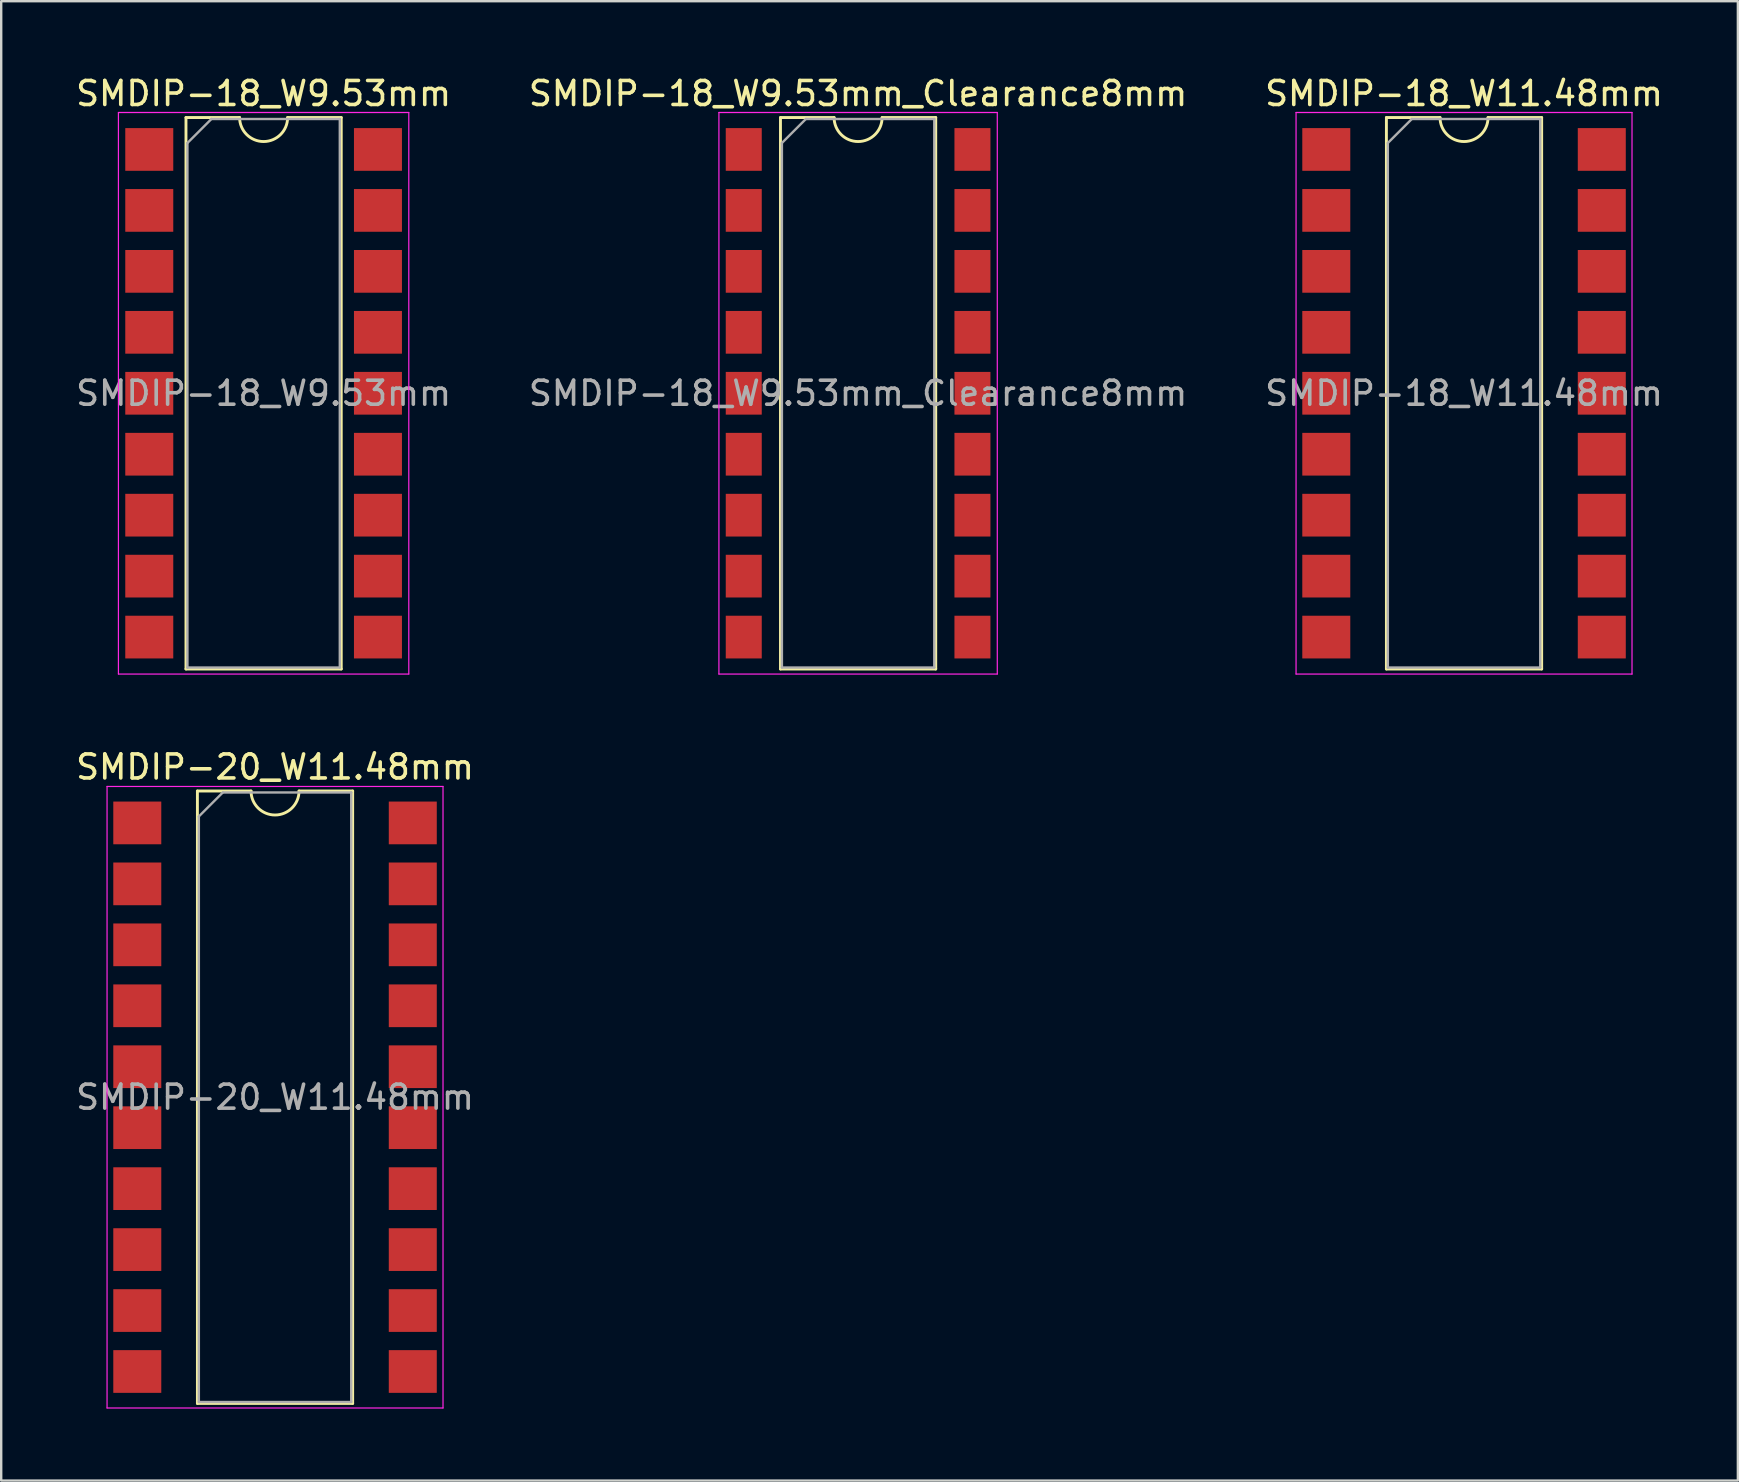
<source format=kicad_pcb>
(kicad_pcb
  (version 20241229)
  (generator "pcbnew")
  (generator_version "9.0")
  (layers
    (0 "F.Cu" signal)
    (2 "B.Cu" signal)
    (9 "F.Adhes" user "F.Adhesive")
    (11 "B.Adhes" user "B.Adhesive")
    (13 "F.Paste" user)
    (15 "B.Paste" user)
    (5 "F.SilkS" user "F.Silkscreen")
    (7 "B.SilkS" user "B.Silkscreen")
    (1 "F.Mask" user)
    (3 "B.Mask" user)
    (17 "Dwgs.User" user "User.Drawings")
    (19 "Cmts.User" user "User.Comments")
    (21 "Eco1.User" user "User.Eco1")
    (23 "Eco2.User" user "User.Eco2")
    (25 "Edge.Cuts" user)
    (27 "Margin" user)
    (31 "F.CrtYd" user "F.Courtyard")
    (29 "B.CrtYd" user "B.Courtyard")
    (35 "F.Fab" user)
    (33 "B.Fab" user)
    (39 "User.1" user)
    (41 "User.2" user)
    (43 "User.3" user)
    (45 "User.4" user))
  (footprint "SMDIP-18_W11.48mm"
    (layer "F.Cu")
    (at 57.958 13.338)
    (property "Reference" "SMDIP-18_W11.48mm" (at 0 -12.49 0) (layer "F.SilkS") (effects (font (size 1 1) (thickness 0.15))))
    (attr smd)
    (fp_line (start -3.235 -11.49) (end -3.235 11.49) (stroke (width 0.12) (type solid)) (layer "F.SilkS"))
    (fp_line (start -3.235 11.49) (end 3.235 11.49) (stroke (width 0.12) (type solid)) (layer "F.SilkS"))
    (fp_line (start -1 -11.49) (end -3.235 -11.49) (stroke (width 0.12) (type solid)) (layer "F.SilkS"))
    (fp_line (start 3.235 -11.49) (end 1 -11.49) (stroke (width 0.12) (type solid)) (layer "F.SilkS"))
    (fp_line (start 3.235 11.49) (end 3.235 -11.49) (stroke (width 0.12) (type solid)) (layer "F.SilkS"))
    (fp_arc (start 1 -11.49) (mid 0 -10.49) (end -1 -11.49) (stroke (width 0.12) (type solid)) (layer "F.SilkS"))
    (fp_line (start -7 -11.7) (end -7 11.7) (stroke (width 0.05) (type solid)) (layer "F.CrtYd"))
    (fp_line (start -7 11.7) (end 7 11.7) (stroke (width 0.05) (type solid)) (layer "F.CrtYd"))
    (fp_line (start 7 -11.7) (end -7 -11.7) (stroke (width 0.05) (type solid)) (layer "F.CrtYd"))
    (fp_line (start 7 11.7) (end 7 -11.7) (stroke (width 0.05) (type solid)) (layer "F.CrtYd"))
    (fp_line (start -3.175 -10.43) (end -2.175 -11.43) (stroke (width 0.1) (type solid)) (layer "F.Fab"))
    (fp_line (start -3.175 11.43) (end -3.175 -10.43) (stroke (width 0.1) (type solid)) (layer "F.Fab"))
    (fp_line (start -2.175 -11.43) (end 3.175 -11.43) (stroke (width 0.1) (type solid)) (layer "F.Fab"))
    (fp_line (start 3.175 -11.43) (end 3.175 11.43) (stroke (width 0.1) (type solid)) (layer "F.Fab"))
    (fp_line (start 3.175 11.43) (end -3.175 11.43) (stroke (width 0.1) (type solid)) (layer "F.Fab"))
    (fp_text user "${REFERENCE}" (at 0 0 0) (layer "F.Fab") (effects (font (size 1 1) (thickness 0.15))))
    (pad "1" smd rect (at -5.74 -10.16) (size 2 1.78) (layers "F.Cu" "F.Mask" "F.Paste"))
    (pad "2" smd rect (at -5.74 -7.62) (size 2 1.78) (layers "F.Cu" "F.Mask" "F.Paste"))
    (pad "3" smd rect (at -5.74 -5.08) (size 2 1.78) (layers "F.Cu" "F.Mask" "F.Paste"))
    (pad "4" smd rect (at -5.74 -2.54) (size 2 1.78) (layers "F.Cu" "F.Mask" "F.Paste"))
    (pad "5" smd rect (at -5.74 0) (size 2 1.78) (layers "F.Cu" "F.Mask" "F.Paste"))
    (pad "6" smd rect (at -5.74 2.54) (size 2 1.78) (layers "F.Cu" "F.Mask" "F.Paste"))
    (pad "7" smd rect (at -5.74 5.08) (size 2 1.78) (layers "F.Cu" "F.Mask" "F.Paste"))
    (pad "8" smd rect (at -5.74 7.62) (size 2 1.78) (layers "F.Cu" "F.Mask" "F.Paste"))
    (pad "9" smd rect (at -5.74 10.16) (size 2 1.78) (layers "F.Cu" "F.Mask" "F.Paste"))
    (pad "10" smd rect (at 5.74 10.16) (size 2 1.78) (layers "F.Cu" "F.Mask" "F.Paste"))
    (pad "11" smd rect (at 5.74 7.62) (size 2 1.78) (layers "F.Cu" "F.Mask" "F.Paste"))
    (pad "12" smd rect (at 5.74 5.08) (size 2 1.78) (layers "F.Cu" "F.Mask" "F.Paste"))
    (pad "13" smd rect (at 5.74 2.54) (size 2 1.78) (layers "F.Cu" "F.Mask" "F.Paste"))
    (pad "14" smd rect (at 5.74 0) (size 2 1.78) (layers "F.Cu" "F.Mask" "F.Paste"))
    (pad "15" smd rect (at 5.74 -2.54) (size 2 1.78) (layers "F.Cu" "F.Mask" "F.Paste"))
    (pad "16" smd rect (at 5.74 -5.08) (size 2 1.78) (layers "F.Cu" "F.Mask" "F.Paste"))
    (pad "17" smd rect (at 5.74 -7.62) (size 2 1.78) (layers "F.Cu" "F.Mask" "F.Paste"))
    (pad "18" smd rect (at 5.74 -10.16) (size 2 1.78) (layers "F.Cu" "F.Mask" "F.Paste")))
  (footprint "SMDIP-18_W9.53mm_Clearance8mm"
    (layer "F.Cu")
    (at 32.708 13.338)
    (property "Reference" "SMDIP-18_W9.53mm_Clearance8mm" (at 0 -12.49 0) (layer "F.SilkS") (effects (font (size 1 1) (thickness 0.15))))
    (attr smd)
    (fp_line (start -3.235 -11.49) (end -3.235 11.49) (stroke (width 0.12) (type solid)) (layer "F.SilkS"))
    (fp_line (start -3.235 11.49) (end 3.235 11.49) (stroke (width 0.12) (type solid)) (layer "F.SilkS"))
    (fp_line (start -1 -11.49) (end -3.235 -11.49) (stroke (width 0.12) (type solid)) (layer "F.SilkS"))
    (fp_line (start 3.235 -11.49) (end 1 -11.49) (stroke (width 0.12) (type solid)) (layer "F.SilkS"))
    (fp_line (start 3.235 11.49) (end 3.235 -11.49) (stroke (width 0.12) (type solid)) (layer "F.SilkS"))
    (fp_arc (start 1 -11.49) (mid 0 -10.49) (end -1 -11.49) (stroke (width 0.12) (type solid)) (layer "F.SilkS"))
    (fp_line (start -5.8 -11.7) (end -5.8 11.7) (stroke (width 0.05) (type solid)) (layer "F.CrtYd"))
    (fp_line (start -5.8 11.7) (end 5.8 11.7) (stroke (width 0.05) (type solid)) (layer "F.CrtYd"))
    (fp_line (start 5.8 -11.7) (end -5.8 -11.7) (stroke (width 0.05) (type solid)) (layer "F.CrtYd"))
    (fp_line (start 5.8 11.7) (end 5.8 -11.7) (stroke (width 0.05) (type solid)) (layer "F.CrtYd"))
    (fp_line (start -3.175 -10.43) (end -2.175 -11.43) (stroke (width 0.1) (type solid)) (layer "F.Fab"))
    (fp_line (start -3.175 11.43) (end -3.175 -10.43) (stroke (width 0.1) (type solid)) (layer "F.Fab"))
    (fp_line (start -2.175 -11.43) (end 3.175 -11.43) (stroke (width 0.1) (type solid)) (layer "F.Fab"))
    (fp_line (start 3.175 -11.43) (end 3.175 11.43) (stroke (width 0.1) (type solid)) (layer "F.Fab"))
    (fp_line (start 3.175 11.43) (end -3.175 11.43) (stroke (width 0.1) (type solid)) (layer "F.Fab"))
    (fp_text user "${REFERENCE}" (at 0 0 0) (layer "F.Fab") (effects (font (size 1 1) (thickness 0.15))))
    (pad "1" smd rect (at -4.765 -10.16) (size 1.5 1.78) (layers "F.Cu" "F.Mask" "F.Paste"))
    (pad "2" smd rect (at -4.765 -7.62) (size 1.5 1.78) (layers "F.Cu" "F.Mask" "F.Paste"))
    (pad "3" smd rect (at -4.765 -5.08) (size 1.5 1.78) (layers "F.Cu" "F.Mask" "F.Paste"))
    (pad "4" smd rect (at -4.765 -2.54) (size 1.5 1.78) (layers "F.Cu" "F.Mask" "F.Paste"))
    (pad "5" smd rect (at -4.765 0) (size 1.5 1.78) (layers "F.Cu" "F.Mask" "F.Paste"))
    (pad "6" smd rect (at -4.765 2.54) (size 1.5 1.78) (layers "F.Cu" "F.Mask" "F.Paste"))
    (pad "7" smd rect (at -4.765 5.08) (size 1.5 1.78) (layers "F.Cu" "F.Mask" "F.Paste"))
    (pad "8" smd rect (at -4.765 7.62) (size 1.5 1.78) (layers "F.Cu" "F.Mask" "F.Paste"))
    (pad "9" smd rect (at -4.765 10.16) (size 1.5 1.78) (layers "F.Cu" "F.Mask" "F.Paste"))
    (pad "10" smd rect (at 4.765 10.16) (size 1.5 1.78) (layers "F.Cu" "F.Mask" "F.Paste"))
    (pad "11" smd rect (at 4.765 7.62) (size 1.5 1.78) (layers "F.Cu" "F.Mask" "F.Paste"))
    (pad "12" smd rect (at 4.765 5.08) (size 1.5 1.78) (layers "F.Cu" "F.Mask" "F.Paste"))
    (pad "13" smd rect (at 4.765 2.54) (size 1.5 1.78) (layers "F.Cu" "F.Mask" "F.Paste"))
    (pad "14" smd rect (at 4.765 0) (size 1.5 1.78) (layers "F.Cu" "F.Mask" "F.Paste"))
    (pad "15" smd rect (at 4.765 -2.54) (size 1.5 1.78) (layers "F.Cu" "F.Mask" "F.Paste"))
    (pad "16" smd rect (at 4.765 -5.08) (size 1.5 1.78) (layers "F.Cu" "F.Mask" "F.Paste"))
    (pad "17" smd rect (at 4.765 -7.62) (size 1.5 1.78) (layers "F.Cu" "F.Mask" "F.Paste"))
    (pad "18" smd rect (at 4.765 -10.16) (size 1.5 1.78) (layers "F.Cu" "F.Mask" "F.Paste")))
  (footprint "SMDIP-18_W9.53mm"
    (layer "F.Cu")
    (at 7.935 13.338)
    (property "Reference" "SMDIP-18_W9.53mm" (at 0 -12.49 0) (layer "F.SilkS") (effects (font (size 1 1) (thickness 0.15))))
    (attr smd)
    (fp_line (start -3.235 -11.49) (end -3.235 11.49) (stroke (width 0.12) (type solid)) (layer "F.SilkS"))
    (fp_line (start -3.235 11.49) (end 3.235 11.49) (stroke (width 0.12) (type solid)) (layer "F.SilkS"))
    (fp_line (start -1 -11.49) (end -3.235 -11.49) (stroke (width 0.12) (type solid)) (layer "F.SilkS"))
    (fp_line (start 3.235 -11.49) (end 1 -11.49) (stroke (width 0.12) (type solid)) (layer "F.SilkS"))
    (fp_line (start 3.235 11.49) (end 3.235 -11.49) (stroke (width 0.12) (type solid)) (layer "F.SilkS"))
    (fp_arc (start 1 -11.49) (mid 0 -10.49) (end -1 -11.49) (stroke (width 0.12) (type solid)) (layer "F.SilkS"))
    (fp_line (start -6.05 -11.7) (end -6.05 11.7) (stroke (width 0.05) (type solid)) (layer "F.CrtYd"))
    (fp_line (start -6.05 11.7) (end 6.05 11.7) (stroke (width 0.05) (type solid)) (layer "F.CrtYd"))
    (fp_line (start 6.05 -11.7) (end -6.05 -11.7) (stroke (width 0.05) (type solid)) (layer "F.CrtYd"))
    (fp_line (start 6.05 11.7) (end 6.05 -11.7) (stroke (width 0.05) (type solid)) (layer "F.CrtYd"))
    (fp_line (start -3.175 -10.43) (end -2.175 -11.43) (stroke (width 0.1) (type solid)) (layer "F.Fab"))
    (fp_line (start -3.175 11.43) (end -3.175 -10.43) (stroke (width 0.1) (type solid)) (layer "F.Fab"))
    (fp_line (start -2.175 -11.43) (end 3.175 -11.43) (stroke (width 0.1) (type solid)) (layer "F.Fab"))
    (fp_line (start 3.175 -11.43) (end 3.175 11.43) (stroke (width 0.1) (type solid)) (layer "F.Fab"))
    (fp_line (start 3.175 11.43) (end -3.175 11.43) (stroke (width 0.1) (type solid)) (layer "F.Fab"))
    (fp_text user "${REFERENCE}" (at 0 0 0) (layer "F.Fab") (effects (font (size 1 1) (thickness 0.15))))
    (pad "1" smd rect (at -4.765 -10.16) (size 2 1.78) (layers "F.Cu" "F.Mask" "F.Paste"))
    (pad "2" smd rect (at -4.765 -7.62) (size 2 1.78) (layers "F.Cu" "F.Mask" "F.Paste"))
    (pad "3" smd rect (at -4.765 -5.08) (size 2 1.78) (layers "F.Cu" "F.Mask" "F.Paste"))
    (pad "4" smd rect (at -4.765 -2.54) (size 2 1.78) (layers "F.Cu" "F.Mask" "F.Paste"))
    (pad "5" smd rect (at -4.765 0) (size 2 1.78) (layers "F.Cu" "F.Mask" "F.Paste"))
    (pad "6" smd rect (at -4.765 2.54) (size 2 1.78) (layers "F.Cu" "F.Mask" "F.Paste"))
    (pad "7" smd rect (at -4.765 5.08) (size 2 1.78) (layers "F.Cu" "F.Mask" "F.Paste"))
    (pad "8" smd rect (at -4.765 7.62) (size 2 1.78) (layers "F.Cu" "F.Mask" "F.Paste"))
    (pad "9" smd rect (at -4.765 10.16) (size 2 1.78) (layers "F.Cu" "F.Mask" "F.Paste"))
    (pad "10" smd rect (at 4.765 10.16) (size 2 1.78) (layers "F.Cu" "F.Mask" "F.Paste"))
    (pad "11" smd rect (at 4.765 7.62) (size 2 1.78) (layers "F.Cu" "F.Mask" "F.Paste"))
    (pad "12" smd rect (at 4.765 5.08) (size 2 1.78) (layers "F.Cu" "F.Mask" "F.Paste"))
    (pad "13" smd rect (at 4.765 2.54) (size 2 1.78) (layers "F.Cu" "F.Mask" "F.Paste"))
    (pad "14" smd rect (at 4.765 0) (size 2 1.78) (layers "F.Cu" "F.Mask" "F.Paste"))
    (pad "15" smd rect (at 4.765 -2.54) (size 2 1.78) (layers "F.Cu" "F.Mask" "F.Paste"))
    (pad "16" smd rect (at 4.765 -5.08) (size 2 1.78) (layers "F.Cu" "F.Mask" "F.Paste"))
    (pad "17" smd rect (at 4.765 -7.62) (size 2 1.78) (layers "F.Cu" "F.Mask" "F.Paste"))
    (pad "18" smd rect (at 4.765 -10.16) (size 2 1.78) (layers "F.Cu" "F.Mask" "F.Paste")))
  (footprint "SMDIP-20_W11.48mm"
    (layer "F.Cu")
    (at 8.411 42.672)
    (property "Reference" "SMDIP-20_W11.48mm" (at 0 -13.76 0) (layer "F.SilkS") (effects (font (size 1 1) (thickness 0.15))))
    (attr smd)
    (fp_line (start -3.235 -12.76) (end -3.235 12.76) (stroke (width 0.12) (type solid)) (layer "F.SilkS"))
    (fp_line (start -3.235 12.76) (end 3.235 12.76) (stroke (width 0.12) (type solid)) (layer "F.SilkS"))
    (fp_line (start -1 -12.76) (end -3.235 -12.76) (stroke (width 0.12) (type solid)) (layer "F.SilkS"))
    (fp_line (start 3.235 -12.76) (end 1 -12.76) (stroke (width 0.12) (type solid)) (layer "F.SilkS"))
    (fp_line (start 3.235 12.76) (end 3.235 -12.76) (stroke (width 0.12) (type solid)) (layer "F.SilkS"))
    (fp_arc (start 1 -12.76) (mid 0 -11.76) (end -1 -12.76) (stroke (width 0.12) (type solid)) (layer "F.SilkS"))
    (fp_line (start -7 -12.95) (end -7 12.95) (stroke (width 0.05) (type solid)) (layer "F.CrtYd"))
    (fp_line (start -7 12.95) (end 7 12.95) (stroke (width 0.05) (type solid)) (layer "F.CrtYd"))
    (fp_line (start 7 -12.95) (end -7 -12.95) (stroke (width 0.05) (type solid)) (layer "F.CrtYd"))
    (fp_line (start 7 12.95) (end 7 -12.95) (stroke (width 0.05) (type solid)) (layer "F.CrtYd"))
    (fp_line (start -3.175 -11.7) (end -2.175 -12.7) (stroke (width 0.1) (type solid)) (layer "F.Fab"))
    (fp_line (start -3.175 12.7) (end -3.175 -11.7) (stroke (width 0.1) (type solid)) (layer "F.Fab"))
    (fp_line (start -2.175 -12.7) (end 3.175 -12.7) (stroke (width 0.1) (type solid)) (layer "F.Fab"))
    (fp_line (start 3.175 -12.7) (end 3.175 12.7) (stroke (width 0.1) (type solid)) (layer "F.Fab"))
    (fp_line (start 3.175 12.7) (end -3.175 12.7) (stroke (width 0.1) (type solid)) (layer "F.Fab"))
    (fp_text user "${REFERENCE}" (at 0 0 0) (layer "F.Fab") (effects (font (size 1 1) (thickness 0.15))))
    (pad "1" smd rect (at -5.74 -11.43) (size 2 1.78) (layers "F.Cu" "F.Mask" "F.Paste"))
    (pad "2" smd rect (at -5.74 -8.89) (size 2 1.78) (layers "F.Cu" "F.Mask" "F.Paste"))
    (pad "3" smd rect (at -5.74 -6.35) (size 2 1.78) (layers "F.Cu" "F.Mask" "F.Paste"))
    (pad "4" smd rect (at -5.74 -3.81) (size 2 1.78) (layers "F.Cu" "F.Mask" "F.Paste"))
    (pad "5" smd rect (at -5.74 -1.27) (size 2 1.78) (layers "F.Cu" "F.Mask" "F.Paste"))
    (pad "6" smd rect (at -5.74 1.27) (size 2 1.78) (layers "F.Cu" "F.Mask" "F.Paste"))
    (pad "7" smd rect (at -5.74 3.81) (size 2 1.78) (layers "F.Cu" "F.Mask" "F.Paste"))
    (pad "8" smd rect (at -5.74 6.35) (size 2 1.78) (layers "F.Cu" "F.Mask" "F.Paste"))
    (pad "9" smd rect (at -5.74 8.89) (size 2 1.78) (layers "F.Cu" "F.Mask" "F.Paste"))
    (pad "10" smd rect (at -5.74 11.43) (size 2 1.78) (layers "F.Cu" "F.Mask" "F.Paste"))
    (pad "11" smd rect (at 5.74 11.43) (size 2 1.78) (layers "F.Cu" "F.Mask" "F.Paste"))
    (pad "12" smd rect (at 5.74 8.89) (size 2 1.78) (layers "F.Cu" "F.Mask" "F.Paste"))
    (pad "13" smd rect (at 5.74 6.35) (size 2 1.78) (layers "F.Cu" "F.Mask" "F.Paste"))
    (pad "14" smd rect (at 5.74 3.81) (size 2 1.78) (layers "F.Cu" "F.Mask" "F.Paste"))
    (pad "15" smd rect (at 5.74 1.27) (size 2 1.78) (layers "F.Cu" "F.Mask" "F.Paste"))
    (pad "16" smd rect (at 5.74 -1.27) (size 2 1.78) (layers "F.Cu" "F.Mask" "F.Paste"))
    (pad "17" smd rect (at 5.74 -3.81) (size 2 1.78) (layers "F.Cu" "F.Mask" "F.Paste"))
    (pad "18" smd rect (at 5.74 -6.35) (size 2 1.78) (layers "F.Cu" "F.Mask" "F.Paste"))
    (pad "19" smd rect (at 5.74 -8.89) (size 2 1.78) (layers "F.Cu" "F.Mask" "F.Paste"))
    (pad "20" smd rect (at 5.74 -11.43) (size 2 1.78) (layers "F.Cu" "F.Mask" "F.Paste")))
  (gr_rect
    (start -3 -3)
    (end 69.369 58.647)
    (stroke (width 0.1) (type default))
    (fill no)
    (layer "Edge.Cuts")))
</source>
